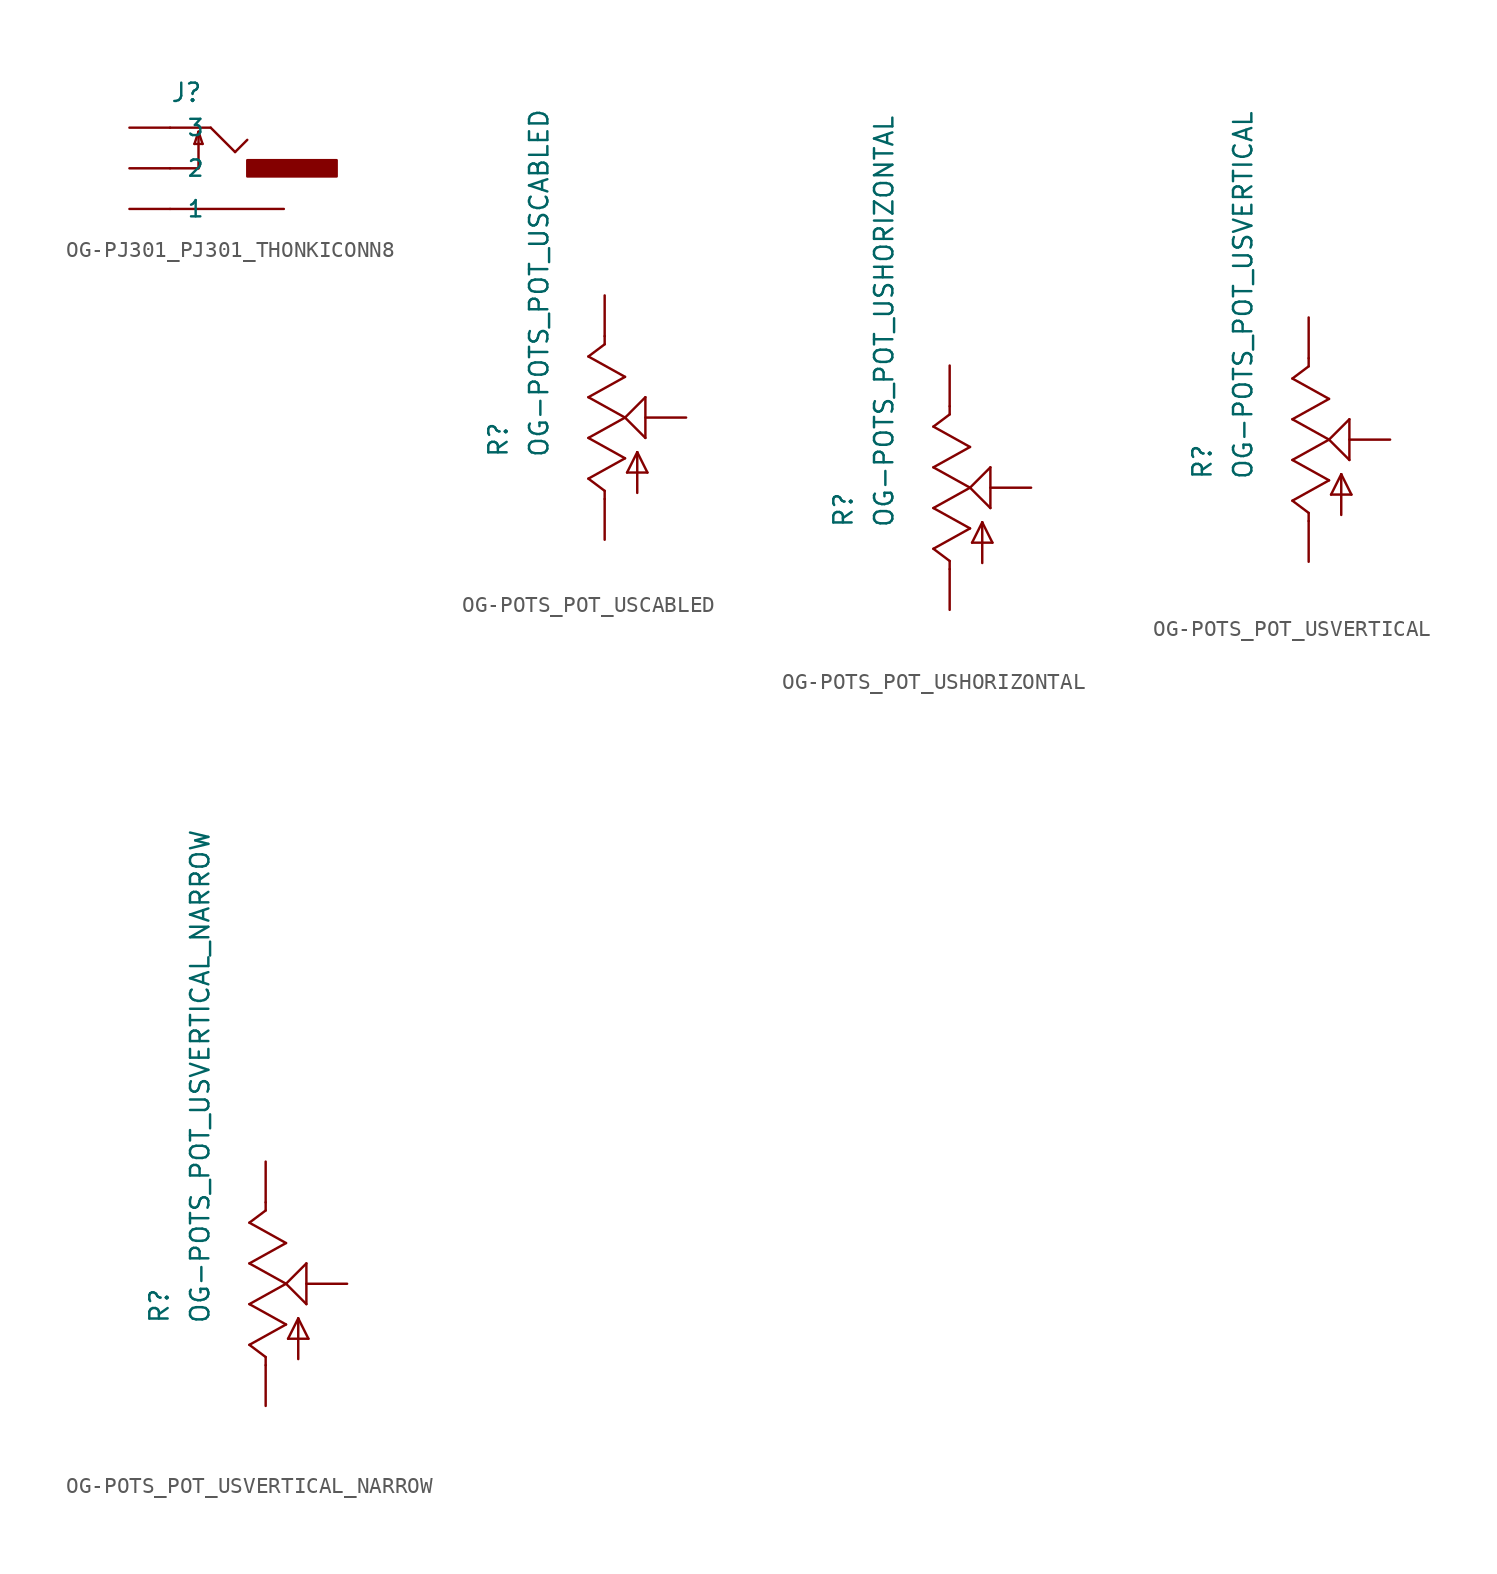
<source format=kicad_sym>
(kicad_symbol_lib
  (version 20210619)
  (generator kicad_symbol_editor)
  (symbol "OG-PJ301_PJ301_THONKICONN8"
    (pin_numbers hide)
    (pin_names
      (offset 1.016))
    (property "Reference" "J"
      (at -2.54 4.064 0)
      (effects (font (size 1.143 1.143)) (justify left bottom)))
    (property "ki_locked" ""
      (at 0 0 0)
      (effects (font (size 1.27 1.27))))
    (symbol "OG-PJ301_PJ301_THONKICONN8_1_0"
      (polyline (pts (xy -2.54 -2.54) (xy 4.572 -2.54)) (stroke (width 0)) (fill (type none)))
      (polyline (pts (xy -2.54 0) (xy -0.762 0)) (stroke (width 0)) (fill (type none)))
      (polyline (pts (xy -2.54 2.54) (xy 0 2.54)) (stroke (width 0)) (fill (type none)))
      (polyline (pts (xy -1.016 1.524) (xy -0.508 1.524)) (stroke (width 0)) (fill (type none)))
      (polyline (pts (xy -0.762 0) (xy -0.762 2.286)) (stroke (width 0)) (fill (type none)))
      (polyline (pts (xy -0.762 2.286) (xy -1.016 1.524)) (stroke (width 0)) (fill (type none)))
      (polyline (pts (xy -0.508 1.524) (xy -0.762 2.286)) (stroke (width 0)) (fill (type none)))
      (polyline (pts (xy 0 2.54) (xy 1.524 1.016)) (stroke (width 0)) (fill (type none)))
      (polyline (pts (xy 1.524 1.016) (xy 2.286 1.778)) (stroke (width 0)) (fill (type none))))
    (symbol "OG-PJ301_PJ301_THONKICONN8_1_1"
      (rectangle (start 2.286 -0.508) (end 7.874 0.508) (stroke (width 0)) (fill (type outline)))
      (pin passive line (at -5.08 -2.54 0) (length 2.54) (name "1" (effects (font (size 1.016 1.016)))) (number "P1" (effects (font (size 1.016 1.016)))))
      (pin passive line (at -5.08 0 0) (length 2.54) (name "2" (effects (font (size 1.016 1.016)))) (number "P2" (effects (font (size 1.016 1.016)))))
      (pin passive line (at -5.08 2.54 0) (length 2.54) (name "3" (effects (font (size 1.016 1.016)))) (number "P3" (effects (font (size 1.016 1.016)))))))
  (symbol "OG-POTS_POT_USCABLED"
    (pin_numbers hide)
    (pin_names
      (offset 1.016) hide)
    (property "Reference" "R"
      (at -5.969 -2.54 90)
      (effects (font (size 1.143 1.143)) (justify left bottom)))
    (property "Value" "OG-POTS_POT_USCABLED"
      (at -3.429 -2.54 90)
      (effects (font (size 1.143 1.143)) (justify left bottom)))
    (property "ki_locked" ""
      (at 0 0 0)
      (effects (font (size 1.27 1.27))))
    (symbol "OG-POTS_POT_USCABLED_1_0"
      (polyline (pts (xy -1.016 -3.81) (xy 1.27 -2.54)) (stroke (width 0)) (fill (type none)))
      (polyline (pts (xy -1.016 -1.27) (xy 1.27 0)) (stroke (width 0)) (fill (type none)))
      (polyline (pts (xy -1.016 1.27) (xy 1.27 2.54)) (stroke (width 0)) (fill (type none)))
      (polyline (pts (xy -1.016 3.81) (xy 0 4.572)) (stroke (width 0)) (fill (type none)))
      (polyline (pts (xy 0 -5.08) (xy 0 -4.572)) (stroke (width 0)) (fill (type none)))
      (polyline (pts (xy 0 -4.572) (xy -1.016 -3.81)) (stroke (width 0)) (fill (type none)))
      (polyline (pts (xy 0 4.572) (xy 0 5.08)) (stroke (width 0)) (fill (type none)))
      (polyline (pts (xy 1.27 -2.54) (xy -1.016 -1.27)) (stroke (width 0)) (fill (type none)))
      (polyline (pts (xy 1.27 0) (xy -1.016 1.27)) (stroke (width 0)) (fill (type none)))
      (polyline (pts (xy 1.27 0) (xy 2.54 1.27)) (stroke (width 0)) (fill (type none)))
      (polyline (pts (xy 1.27 2.54) (xy -1.016 3.81)) (stroke (width 0)) (fill (type none)))
      (polyline (pts (xy 1.397 -3.429) (xy 2.032 -2.159)) (stroke (width 0)) (fill (type none)))
      (polyline (pts (xy 2.032 -4.699) (xy 2.032 -2.159)) (stroke (width 0)) (fill (type none)))
      (polyline (pts (xy 2.032 -2.159) (xy 2.667 -3.429)) (stroke (width 0)) (fill (type none)))
      (polyline (pts (xy 2.54 -1.27) (xy 1.27 0)) (stroke (width 0)) (fill (type none)))
      (polyline (pts (xy 2.54 1.27) (xy 2.54 -1.27)) (stroke (width 0)) (fill (type none)))
      (polyline (pts (xy 2.667 -3.429) (xy 1.397 -3.429)) (stroke (width 0)) (fill (type none))))
    (symbol "OG-POTS_POT_USCABLED_1_1"
      (pin passive line (at 0 -7.62 90) (length 2.54) (name "A" (effects (font (size 1.016 1.016)))) (number "A" (effects (font (size 1.016 1.016)))))
      (pin passive line (at 0 7.62 270) (length 2.54) (name "E" (effects (font (size 1.016 1.016)))) (number "E" (effects (font (size 1.016 1.016)))))
      (pin passive line (at 5.08 0 180) (length 2.54) (name "S" (effects (font (size 1.016 1.016)))) (number "S" (effects (font (size 1.016 1.016)))))))
  (symbol "OG-POTS_POT_USHORIZONTAL"
    (pin_numbers hide)
    (pin_names
      (offset 1.016) hide)
    (property "Reference" "R"
      (at -5.969 -2.54 90)
      (effects (font (size 1.143 1.143)) (justify left bottom)))
    (property "Value" "OG-POTS_POT_USHORIZONTAL"
      (at -3.429 -2.54 90)
      (effects (font (size 1.143 1.143)) (justify left bottom)))
    (property "ki_locked" ""
      (at 0 0 0)
      (effects (font (size 1.27 1.27))))
    (symbol "OG-POTS_POT_USHORIZONTAL_1_0"
      (polyline (pts (xy -1.016 -3.81) (xy 1.27 -2.54)) (stroke (width 0)) (fill (type none)))
      (polyline (pts (xy -1.016 -1.27) (xy 1.27 0)) (stroke (width 0)) (fill (type none)))
      (polyline (pts (xy -1.016 1.27) (xy 1.27 2.54)) (stroke (width 0)) (fill (type none)))
      (polyline (pts (xy -1.016 3.81) (xy 0 4.572)) (stroke (width 0)) (fill (type none)))
      (polyline (pts (xy 0 -5.08) (xy 0 -4.572)) (stroke (width 0)) (fill (type none)))
      (polyline (pts (xy 0 -4.572) (xy -1.016 -3.81)) (stroke (width 0)) (fill (type none)))
      (polyline (pts (xy 0 4.572) (xy 0 5.08)) (stroke (width 0)) (fill (type none)))
      (polyline (pts (xy 1.27 -2.54) (xy -1.016 -1.27)) (stroke (width 0)) (fill (type none)))
      (polyline (pts (xy 1.27 0) (xy -1.016 1.27)) (stroke (width 0)) (fill (type none)))
      (polyline (pts (xy 1.27 0) (xy 2.54 1.27)) (stroke (width 0)) (fill (type none)))
      (polyline (pts (xy 1.27 2.54) (xy -1.016 3.81)) (stroke (width 0)) (fill (type none)))
      (polyline (pts (xy 1.397 -3.429) (xy 2.032 -2.159)) (stroke (width 0)) (fill (type none)))
      (polyline (pts (xy 2.032 -4.699) (xy 2.032 -2.159)) (stroke (width 0)) (fill (type none)))
      (polyline (pts (xy 2.032 -2.159) (xy 2.667 -3.429)) (stroke (width 0)) (fill (type none)))
      (polyline (pts (xy 2.54 -1.27) (xy 1.27 0)) (stroke (width 0)) (fill (type none)))
      (polyline (pts (xy 2.54 1.27) (xy 2.54 -1.27)) (stroke (width 0)) (fill (type none)))
      (polyline (pts (xy 2.667 -3.429) (xy 1.397 -3.429)) (stroke (width 0)) (fill (type none))))
    (symbol "OG-POTS_POT_USHORIZONTAL_1_1"
      (pin passive line (at 0 7.62 270) (length 2.54) (name "E" (effects (font (size 1.016 1.016)))) (number "P$1" (effects (font (size 1.016 1.016)))))
      (pin passive line (at 5.08 0 180) (length 2.54) (name "S" (effects (font (size 1.016 1.016)))) (number "P$2" (effects (font (size 1.016 1.016)))))
      (pin passive line (at 0 -7.62 90) (length 2.54) (name "A" (effects (font (size 1.016 1.016)))) (number "P$3" (effects (font (size 1.016 1.016)))))))
  (symbol "OG-POTS_POT_USVERTICAL"
    (pin_numbers hide)
    (pin_names
      (offset 1.016) hide)
    (property "Reference" "R"
      (at -5.969 -2.54 90)
      (effects (font (size 1.143 1.143)) (justify left bottom)))
    (property "Value" "OG-POTS_POT_USVERTICAL"
      (at -3.429 -2.54 90)
      (effects (font (size 1.143 1.143)) (justify left bottom)))
    (property "ki_locked" ""
      (at 0 0 0)
      (effects (font (size 1.27 1.27))))
    (symbol "OG-POTS_POT_USVERTICAL_1_0"
      (polyline (pts (xy -1.016 -3.81) (xy 1.27 -2.54)) (stroke (width 0)) (fill (type none)))
      (polyline (pts (xy -1.016 -1.27) (xy 1.27 0)) (stroke (width 0)) (fill (type none)))
      (polyline (pts (xy -1.016 1.27) (xy 1.27 2.54)) (stroke (width 0)) (fill (type none)))
      (polyline (pts (xy -1.016 3.81) (xy 0 4.572)) (stroke (width 0)) (fill (type none)))
      (polyline (pts (xy 0 -5.08) (xy 0 -4.572)) (stroke (width 0)) (fill (type none)))
      (polyline (pts (xy 0 -4.572) (xy -1.016 -3.81)) (stroke (width 0)) (fill (type none)))
      (polyline (pts (xy 0 4.572) (xy 0 5.08)) (stroke (width 0)) (fill (type none)))
      (polyline (pts (xy 1.27 -2.54) (xy -1.016 -1.27)) (stroke (width 0)) (fill (type none)))
      (polyline (pts (xy 1.27 0) (xy -1.016 1.27)) (stroke (width 0)) (fill (type none)))
      (polyline (pts (xy 1.27 0) (xy 2.54 1.27)) (stroke (width 0)) (fill (type none)))
      (polyline (pts (xy 1.27 2.54) (xy -1.016 3.81)) (stroke (width 0)) (fill (type none)))
      (polyline (pts (xy 1.397 -3.429) (xy 2.032 -2.159)) (stroke (width 0)) (fill (type none)))
      (polyline (pts (xy 2.032 -4.699) (xy 2.032 -2.159)) (stroke (width 0)) (fill (type none)))
      (polyline (pts (xy 2.032 -2.159) (xy 2.667 -3.429)) (stroke (width 0)) (fill (type none)))
      (polyline (pts (xy 2.54 -1.27) (xy 1.27 0)) (stroke (width 0)) (fill (type none)))
      (polyline (pts (xy 2.54 1.27) (xy 2.54 -1.27)) (stroke (width 0)) (fill (type none)))
      (polyline (pts (xy 2.667 -3.429) (xy 1.397 -3.429)) (stroke (width 0)) (fill (type none))))
    (symbol "OG-POTS_POT_USVERTICAL_1_1"
      (pin passive line (at 0 7.62 270) (length 2.54) (name "E" (effects (font (size 1.016 1.016)))) (number "P$1" (effects (font (size 1.016 1.016)))))
      (pin passive line (at 5.08 0 180) (length 2.54) (name "S" (effects (font (size 1.016 1.016)))) (number "P$2" (effects (font (size 1.016 1.016)))))
      (pin passive line (at 0 -7.62 90) (length 2.54) (name "A" (effects (font (size 1.016 1.016)))) (number "P$3" (effects (font (size 1.016 1.016)))))))
  (symbol "OG-POTS_POT_USVERTICAL_NARROW"
    (pin_numbers hide)
    (pin_names
      (offset 1.016) hide)
    (property "Reference" "R"
      (at -5.969 -2.54 90)
      (effects (font (size 1.143 1.143)) (justify left bottom)))
    (property "Value" "OG-POTS_POT_USVERTICAL_NARROW"
      (at -3.429 -2.54 90)
      (effects (font (size 1.143 1.143)) (justify left bottom)))
    (property "ki_locked" ""
      (at 0 0 0)
      (effects (font (size 1.27 1.27))))
    (symbol "OG-POTS_POT_USVERTICAL_NARROW_1_0"
      (polyline (pts (xy -1.016 -3.81) (xy 1.27 -2.54)) (stroke (width 0)) (fill (type none)))
      (polyline (pts (xy -1.016 -1.27) (xy 1.27 0)) (stroke (width 0)) (fill (type none)))
      (polyline (pts (xy -1.016 1.27) (xy 1.27 2.54)) (stroke (width 0)) (fill (type none)))
      (polyline (pts (xy -1.016 3.81) (xy 0 4.572)) (stroke (width 0)) (fill (type none)))
      (polyline (pts (xy 0 -5.08) (xy 0 -4.572)) (stroke (width 0)) (fill (type none)))
      (polyline (pts (xy 0 -4.572) (xy -1.016 -3.81)) (stroke (width 0)) (fill (type none)))
      (polyline (pts (xy 0 4.572) (xy 0 5.08)) (stroke (width 0)) (fill (type none)))
      (polyline (pts (xy 1.27 -2.54) (xy -1.016 -1.27)) (stroke (width 0)) (fill (type none)))
      (polyline (pts (xy 1.27 0) (xy -1.016 1.27)) (stroke (width 0)) (fill (type none)))
      (polyline (pts (xy 1.27 0) (xy 2.54 1.27)) (stroke (width 0)) (fill (type none)))
      (polyline (pts (xy 1.27 2.54) (xy -1.016 3.81)) (stroke (width 0)) (fill (type none)))
      (polyline (pts (xy 1.397 -3.429) (xy 2.032 -2.159)) (stroke (width 0)) (fill (type none)))
      (polyline (pts (xy 2.032 -4.699) (xy 2.032 -2.159)) (stroke (width 0)) (fill (type none)))
      (polyline (pts (xy 2.032 -2.159) (xy 2.667 -3.429)) (stroke (width 0)) (fill (type none)))
      (polyline (pts (xy 2.54 -1.27) (xy 1.27 0)) (stroke (width 0)) (fill (type none)))
      (polyline (pts (xy 2.54 1.27) (xy 2.54 -1.27)) (stroke (width 0)) (fill (type none)))
      (polyline (pts (xy 2.667 -3.429) (xy 1.397 -3.429)) (stroke (width 0)) (fill (type none))))
    (symbol "OG-POTS_POT_USVERTICAL_NARROW_1_1"
      (pin passive line (at 0 7.62 270) (length 2.54) (name "E" (effects (font (size 1.016 1.016)))) (number "P$1" (effects (font (size 1.016 1.016)))))
      (pin passive line (at 5.08 0 180) (length 2.54) (name "S" (effects (font (size 1.016 1.016)))) (number "P$2" (effects (font (size 1.016 1.016)))))
      (pin passive line (at 0 -7.62 90) (length 2.54) (name "A" (effects (font (size 1.016 1.016)))) (number "P$3" (effects (font (size 1.016 1.016))))))))
</source>
